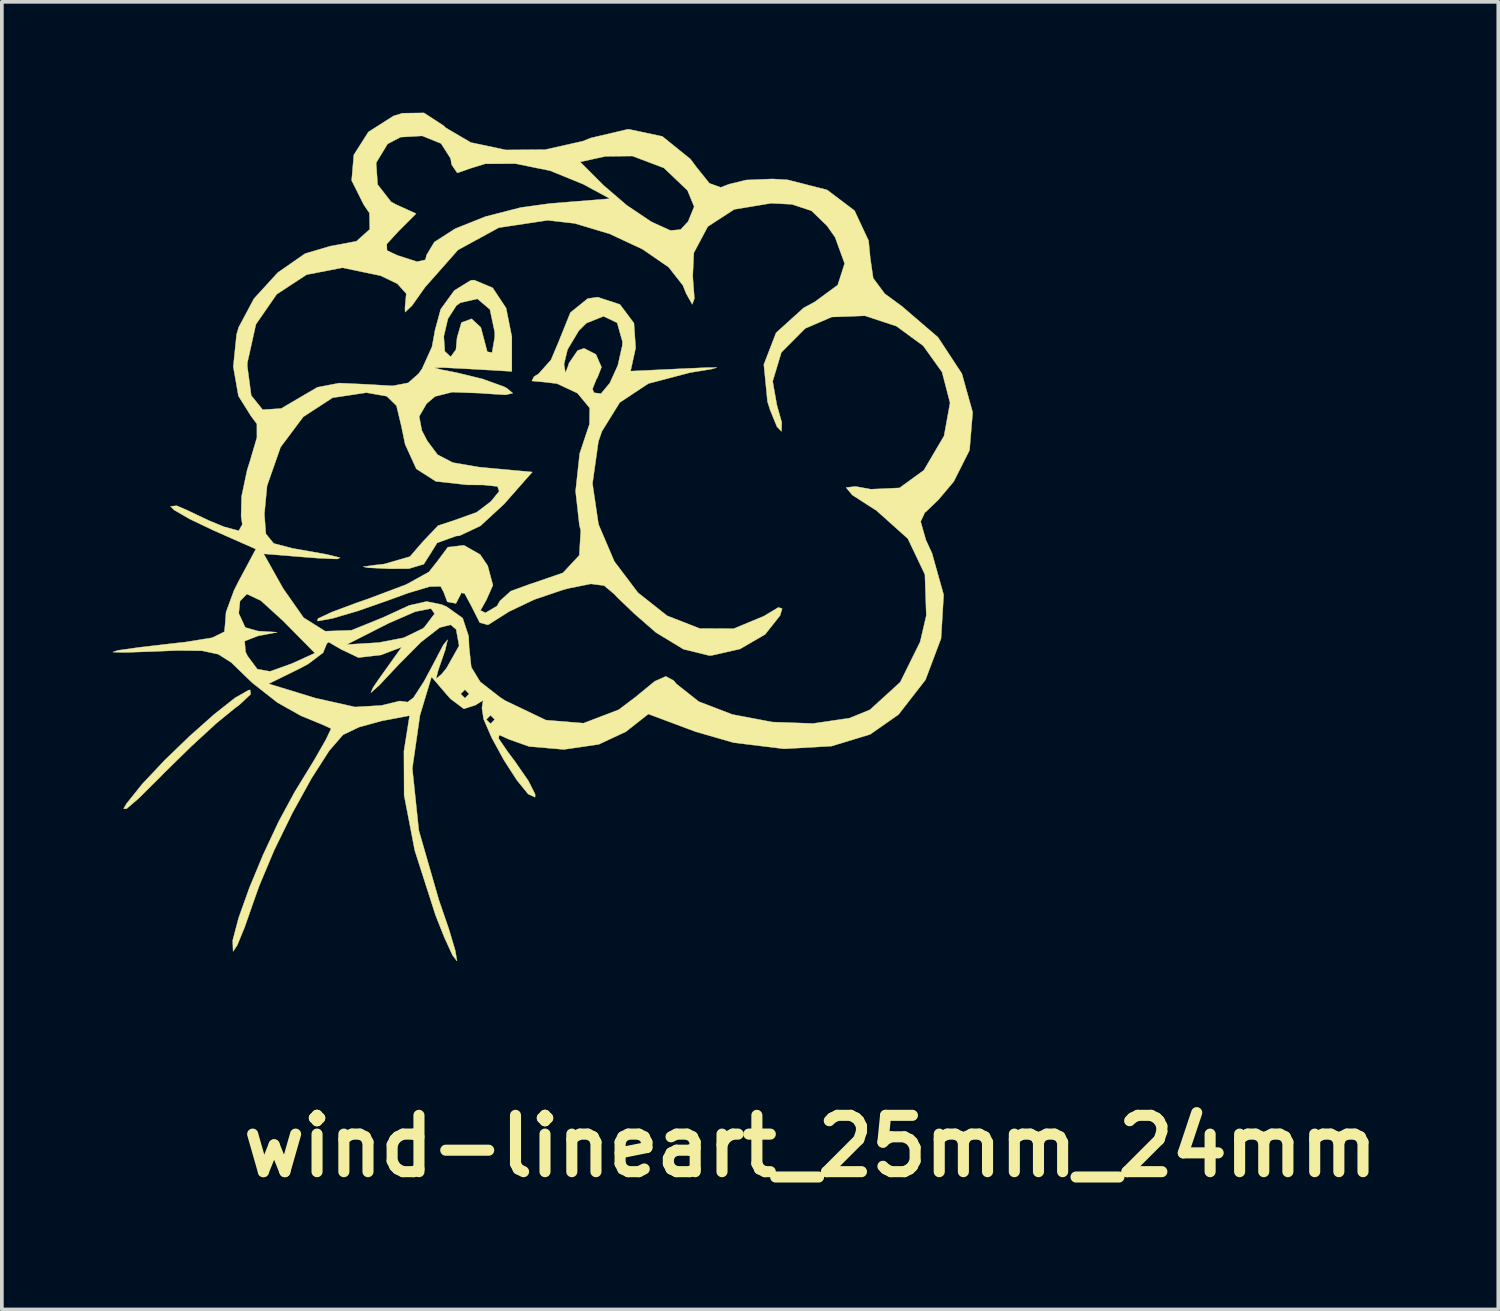
<source format=kicad_pcb>
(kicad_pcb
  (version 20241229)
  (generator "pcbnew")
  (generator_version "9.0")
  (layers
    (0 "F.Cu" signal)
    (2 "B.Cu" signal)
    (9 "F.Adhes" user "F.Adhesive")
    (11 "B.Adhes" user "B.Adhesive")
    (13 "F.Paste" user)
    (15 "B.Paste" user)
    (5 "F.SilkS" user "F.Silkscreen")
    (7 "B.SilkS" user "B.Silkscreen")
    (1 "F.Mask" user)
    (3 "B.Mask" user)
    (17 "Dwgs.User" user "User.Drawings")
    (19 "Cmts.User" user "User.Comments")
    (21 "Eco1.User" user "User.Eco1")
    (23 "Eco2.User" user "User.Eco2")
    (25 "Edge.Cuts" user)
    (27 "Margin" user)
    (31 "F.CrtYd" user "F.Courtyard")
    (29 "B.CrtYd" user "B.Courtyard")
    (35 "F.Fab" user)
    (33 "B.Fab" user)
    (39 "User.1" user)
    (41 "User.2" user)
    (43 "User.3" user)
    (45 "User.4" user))
  (footprint "wind-lineart_25mm_24mm"
    (layer "F.Cu")
    (at 25.232 7.645)
    (property "Reference" "wind-lineart_25mm_24mm" (at -6.35 20.32 0) (layer "F.SilkS") (effects (font (size 1.524 1.524) (thickness 0.3))))
    (attr through_hole)
    (fp_poly (pts (xy -21.5 8.091) (xy -21.8 8.373) (xy -21.936 8.475) (xy -22.428 8.877) (xy -23.104 9.498) (xy -23.837 10.216) (xy -23.99 10.373) (xy -24.531 10.909) (xy -24.861 11.191) (xy -24.937 11.186) (xy -24.858 11.051) (xy -24.438 10.526) (xy -23.841 9.891) (xy -23.16 9.233) (xy -22.49 8.637) (xy -21.924 8.19) (xy -21.556 7.98) (xy -21.514 7.974) (xy -21.5 8.091)) (stroke (width 0.01) (type solid)) (fill yes) (layer "F.SilkS"))
    (fp_poly (pts (xy -11.506 -2.456) (xy -11.128 -1.951) (xy -11.081 -1.281) (xy -11.082 -1.279) (xy -11.219 -0.653) (xy -9.881 -0.716) (xy -9.164 -0.748) (xy -8.887 -0.748) (xy -9.027 -0.708) (xy -9.564 -0.62) (xy -9.603 -0.614) (xy -10.738 -0.316) (xy -11.512 0.197) (xy -11.996 0.978) (xy -12.089 1.249) (xy -12.25 2.39) (xy -12.087 3.493) (xy -11.658 4.497) (xy -11.02 5.342) (xy -10.23 5.967) (xy -9.346 6.312) (xy -8.426 6.316) (xy -7.608 5.975) (xy -7.219 5.741) (xy -7.117 5.774) (xy -7.174 5.961) (xy -7.578 6.471) (xy -8.258 6.866) (xy -9.027 7.041) (xy -9.095 7.043) (xy -9.789 6.872) (xy -10.524 6.426) (xy -10.546 6.408) (xy -11.117 5.911) (xy -11.58 5.467) (xy -11.661 5.38) (xy -11.935 5.151) (xy -12.293 5.104) (xy -12.897 5.225) (xy -13.046 5.265) (xy -13.823 5.528) (xy -14.504 5.852) (xy -14.663 5.952) (xy -15.077 6.214) (xy -15.301 6.153) (xy -15.518 5.722) (xy -15.518 5.721) (xy -15.71 5.363) (xy -15.805 5.347) (xy -15.807 5.369) (xy -15.945 5.633) (xy -16.178 5.59) (xy -16.279 5.321) (xy -16.36 5.171) (xy -16.654 5.178) (xy -17.242 5.354) (xy -17.785 5.552) (xy -18.602 5.838) (xy -19.287 6.039) (xy -19.69 6.112) (xy -19.678 6.043) (xy -19.3 5.867) (xy -18.631 5.617) (xy -18.32 5.51) (xy -17.29 5.122) (xy -16.675 4.781) (xy -16.437 4.479) (xy -16.164 4.111) (xy -15.729 4.06) (xy -15.29 4.31) (xy -15.086 4.611) (xy -14.944 5.14) (xy -15.119 5.535) (xy -15.281 5.823) (xy -15.146 5.888) (xy -14.834 5.704) (xy -14.756 5.568) (xy -14.462 5.301) (xy -13.924 5.105) (xy -13.913 5.103) (xy -13.05 4.806) (xy -12.607 4.332) (xy -12.567 3.663) (xy -12.605 3.506) (xy -12.707 2.597) (xy -12.596 1.575) (xy -12.331 0.78) (xy -12.325 0.345) (xy -12.658 -0.057) (xy -13.21 -0.314) (xy -13.526 -0.353) (xy -13.89 -0.386) (xy -13.833 -0.503) (xy -13.707 -0.581) (xy -13.477 -0.84) (xy -13.02 -0.84) (xy -12.982 -0.603) (xy -12.903 -0.807) (xy -12.887 -0.866) (xy -12.653 -1.209) (xy -12.477 -1.27) (xy -12.156 -1.105) (xy -12.006 -0.761) (xy -12.121 -0.464) (xy -12.137 -0.453) (xy -12.249 -0.17) (xy -12.209 -0.068) (xy -12.02 -0.042) (xy -11.781 -0.331) (xy -11.565 -0.805) (xy -11.445 -1.335) (xy -11.438 -1.45) (xy -11.582 -1.96) (xy -11.95 -2.137) (xy -12.416 -1.95) (xy -12.621 -1.745) (xy -12.925 -1.236) (xy -13.02 -0.84) (xy -13.477 -0.84) (xy -13.371 -0.96) (xy -13.169 -1.439) (xy -12.848 -2.237) (xy -12.38 -2.615) (xy -12.111 -2.655) (xy -11.506 -2.456)) (stroke (width 0.01) (type solid)) (fill yes) (layer "F.SilkS"))
    (fp_poly (pts (xy -16.283 -7.297) (xy -16.222 -7.238) (xy -15.542 -6.839) (xy -14.593 -6.638) (xy -13.532 -6.646) (xy -12.512 -6.875) (xy -12.298 -6.961) (xy -11.279 -7.2) (xy -10.359 -7.004) (xy -9.597 -6.389) (xy -9.454 -6.195) (xy -9.085 -5.734) (xy -8.78 -5.625) (xy -8.557 -5.71) (xy -8.092 -5.824) (xy -7.378 -5.853) (xy -6.971 -5.829) (xy -5.902 -5.557) (xy -5.159 -4.996) (xy -4.778 -4.18) (xy -4.734 -3.72) (xy -4.654 -3.169) (xy -4.341 -2.747) (xy -3.875 -2.406) (xy -2.901 -1.569) (xy -2.255 -0.586) (xy -1.962 0.461) (xy -2.047 1.488) (xy -2.474 2.336) (xy -2.889 2.828) (xy -3.226 3.152) (xy -3.255 3.171) (xy -3.37 3.418) (xy -3.229 3.915) (xy -3.064 4.271) (xy -2.747 5.4) (xy -2.818 6.582) (xy -3.239 7.701) (xy -3.968 8.64) (xy -4.738 9.178) (xy -5.782 9.495) (xy -7.065 9.568) (xy -8.434 9.4) (xy -9.459 9.104) (xy -10.738 8.626) (xy -11.346 9.104) (xy -12.08 9.447) (xy -13.024 9.585) (xy -13.965 9.504) (xy -14.504 9.313) (xy -14.774 9.192) (xy -14.79 9.288) (xy -14.536 9.659) (xy -14.35 9.906) (xy -13.985 10.433) (xy -13.802 10.797) (xy -13.803 10.878) (xy -13.99 10.792) (xy -14.298 10.413) (xy -14.651 9.864) (xy -14.975 9.272) (xy -15.191 8.775) (xy -15.125 8.775) (xy -15.009 8.89) (xy -14.894 8.775) (xy -15.009 8.659) (xy -15.125 8.775) (xy -15.191 8.775) (xy -15.196 8.762) (xy -15.241 8.462) (xy -15.21 8.256) (xy -15.421 8.387) (xy -15.73 8.486) (xy -16.092 8.215) (xy -16.167 8.131) (xy -16.209 8.082) (xy -15.817 8.082) (xy -15.702 8.197) (xy -15.586 8.082) (xy -15.702 7.966) (xy -15.817 8.082) (xy -16.209 8.082) (xy -16.605 7.62) (xy -16.918 8.659) (xy -17.125 10.098) (xy -16.949 11.776) (xy -16.404 13.666) (xy -16.138 14.438) (xy -15.965 15.02) (xy -15.917 15.298) (xy -15.921 15.305) (xy -16.037 15.153) (xy -16.257 14.674) (xy -16.498 14.066) (xy -17.059 12.318) (xy -17.347 10.823) (xy -17.352 9.63) (xy -17.341 9.56) (xy -17.199 8.67) (xy -17.951 8.812) (xy -18.567 8.981) (xy -19 9.188) (xy -19.003 9.191) (xy -19.376 9.622) (xy -19.852 10.365) (xy -20.369 11.301) (xy -20.864 12.313) (xy -21.271 13.282) (xy -21.406 13.662) (xy -21.659 14.387) (xy -21.863 14.885) (xy -21.974 15.049) (xy -21.975 15.048) (xy -21.985 14.75) (xy -21.826 14.146) (xy -21.538 13.339) (xy -21.162 12.433) (xy -20.739 11.531) (xy -20.31 10.739) (xy -20.218 10.588) (xy -19.776 9.866) (xy -19.461 9.315) (xy -19.328 9.034) (xy -19.329 9.017) (xy -19.567 8.908) (xy -20.061 8.705) (xy -20.138 8.674) (xy -20.775 8.316) (xy -21.422 7.808) (xy -21.013 7.808) (xy -19.743 8.196) (xy -18.673 8.436) (xy -17.948 8.393) (xy -17.921 8.384) (xy -17.464 8.274) (xy -17.251 8.303) (xy -17.093 8.183) (xy -16.813 7.751) (xy -16.586 7.328) (xy -16.287 6.759) (xy -16.17 6.615) (xy -16.235 6.894) (xy -16.426 7.447) (xy -16.482 7.676) (xy -16.329 7.543) (xy -16.202 7.389) (xy -15.859 6.778) (xy -15.939 6.336) (xy -16.086 6.211) (xy -16.381 6.285) (xy -16.889 6.679) (xy -17.5 7.294) (xy -18.019 7.847) (xy -18.246 8.05) (xy -18.186 7.909) (xy -18.029 7.679) (xy -17.413 6.815) (xy -17.972 7.028) (xy -18.583 7.099) (xy -19.06 6.871) (xy -19.275 6.746) (xy -18.9 6.746) (xy -18.031 6.693) (xy -17.355 6.562) (xy -16.838 6.311) (xy -16.793 6.27) (xy -16.522 5.911) (xy -16.62 5.772) (xy -17.046 5.856) (xy -17.76 6.167) (xy -17.798 6.186) (xy -18.9 6.746) (xy -19.275 6.746) (xy -19.388 6.679) (xy -19.447 6.729) (xy -19.445 6.734) (xy -19.539 6.967) (xy -19.948 7.275) (xy -20.157 7.387) (xy -21.013 7.808) (xy -21.422 7.808) (xy -21.452 7.784) (xy -21.626 7.617) (xy -22.026 7.23) (xy -22.376 7.008) (xy -22.815 6.914) (xy -23.484 6.907) (xy -24.117 6.933) (xy -24.9 6.96) (xy -25.227 6.951) (xy -25.099 6.905) (xy -24.513 6.822) (xy -23.468 6.701) (xy -23.277 6.681) (xy -22.54 6.562) (xy -22.211 6.399) (xy -22.195 6.246) (xy -22.168 5.902) (xy -21.821 5.902) (xy -21.645 6.284) (xy -21.301 6.381) (xy -20.782 6.413) (xy -21.301 6.513) (xy -21.662 6.653) (xy -21.637 6.947) (xy -21.581 7.059) (xy -21.319 7.411) (xy -20.974 7.473) (xy -20.397 7.266) (xy -20.34 7.241) (xy -19.761 6.977) (xy -20.618 6.109) (xy -21.224 5.557) (xy -21.603 5.379) (xy -21.788 5.571) (xy -21.821 5.902) (xy -22.168 5.902) (xy -22.165 5.868) (xy -21.951 5.284) (xy -21.835 5.052) (xy -21.359 4.163) (xy -22.513 3.653) (xy -23.15 3.349) (xy -23.57 3.105) (xy -23.668 3.007) (xy -23.5 2.99) (xy -23.222 3.109) (xy -22.64 3.386) (xy -22.219 3.56) (xy -21.821 3.667) (xy -21.725 3.497) (xy -21.758 3.266) (xy -21.745 2.736) (xy -21.594 2.023) (xy -21.52 1.789) (xy -21.33 1.144) (xy -21.331 0.776) (xy -21.488 0.566) (xy -21.83 0.021) (xy -21.969 -0.773) (xy -21.968 -0.785) (xy -21.59 -0.785) (xy -21.484 0.007) (xy -21.175 0.391) (xy -20.673 0.359) (xy -20.235 0.101) (xy -19.693 -0.216) (xy -19.102 -0.329) (xy -18.378 -0.296) (xy -17.658 -0.254) (xy -17.236 -0.335) (xy -16.956 -0.583) (xy -16.86 -0.719) (xy -16.592 -1.313) (xy -16.54 -1.595) (xy -16.273 -1.595) (xy -16.246 -1.19) (xy -16.088 -1.039) (xy -15.945 -1.234) (xy -15.914 -1.559) (xy -15.795 -1.968) (xy -15.52 -2.068) (xy -15.271 -1.836) (xy -15.222 -1.653) (xy -15.097 -1.178) (xy -14.968 -1.153) (xy -14.896 -1.567) (xy -14.894 -1.701) (xy -15.025 -2.322) (xy -15.363 -2.609) (xy -15.826 -2.503) (xy -15.936 -2.422) (xy -16.162 -2.069) (xy -16.273 -1.595) (xy -16.54 -1.595) (xy -16.51 -1.763) (xy -16.357 -2.327) (xy -15.989 -2.834) (xy -15.546 -3.107) (xy -15.452 -3.117) (xy -14.952 -2.908) (xy -14.587 -2.359) (xy -14.433 -1.588) (xy -14.432 -1.518) (xy -14.432 -0.645) (xy -15.644 -0.715) (xy -16.303 -0.749) (xy -16.526 -0.744) (xy -16.337 -0.691) (xy -15.933 -0.613) (xy -15.223 -0.44) (xy -14.651 -0.234) (xy -14.573 -0.194) (xy -14.407 -0.056) (xy -14.596 -0.011) (xy -15.188 -0.047) (xy -15.275 -0.056) (xy -16.045 -0.084) (xy -16.51 0.033) (xy -16.739 0.228) (xy -16.939 0.574) (xy -16.868 0.951) (xy -16.722 1.234) (xy -16.44 1.61) (xy -16.028 1.823) (xy -15.339 1.942) (xy -15.129 1.963) (xy -13.879 2.078) (xy -14.641 2.944) (xy -15.283 3.536) (xy -15.849 3.802) (xy -15.941 3.81) (xy -16.453 3.995) (xy -16.625 4.272) (xy -16.815 4.572) (xy -17.216 4.692) (xy -17.738 4.695) (xy -18.317 4.668) (xy -18.453 4.641) (xy -18.167 4.599) (xy -17.888 4.568) (xy -17.189 4.366) (xy -16.849 3.972) (xy -16.429 3.529) (xy -16.014 3.393) (xy -15.384 3.168) (xy -14.997 2.873) (xy -14.775 2.599) (xy -14.818 2.468) (xy -15.2 2.428) (xy -15.638 2.425) (xy -16.487 2.331) (xy -17.016 1.993) (xy -17.32 1.327) (xy -17.417 0.854) (xy -17.553 0.284) (xy -17.816 0.027) (xy -18.358 -0.068) (xy -18.372 -0.069) (xy -19.283 0.068) (xy -20.077 0.585) (xy -20.69 1.405) (xy -21.055 2.448) (xy -21.128 3.215) (xy -21.088 3.749) (xy -20.876 4.01) (xy -20.358 4.145) (xy -20.262 4.161) (xy -19.449 4.305) (xy -19.079 4.396) (xy -19.155 4.431) (xy -19.683 4.408) (xy -19.925 4.39) (xy -21.147 4.291) (xy -20.618 5.233) (xy -20.068 6.018) (xy -19.483 6.385) (xy -18.768 6.359) (xy -17.911 6.011) (xy -17.211 5.688) (xy -16.74 5.581) (xy -16.334 5.663) (xy -16.192 5.724) (xy -15.762 6.031) (xy -15.601 6.519) (xy -15.588 6.818) (xy -15.53 7.357) (xy -15.288 7.755) (xy -14.756 8.17) (xy -14.617 8.261) (xy -13.51 8.791) (xy -12.493 8.874) (xy -11.538 8.509) (xy -11.083 8.165) (xy -10.569 7.743) (xy -10.265 7.607) (xy -10.053 7.72) (xy -9.978 7.812) (xy -9.374 8.289) (xy -8.462 8.639) (xy -7.384 8.843) (xy -6.281 8.882) (xy -5.295 8.737) (xy -4.743 8.512) (xy -3.923 7.765) (xy -3.383 6.673) (xy -3.217 5.96) (xy -3.255 4.85) (xy -3.716 3.881) (xy -4.57 3.116) (xy -4.633 3.078) (xy -5.221 2.699) (xy -5.387 2.498) (xy -5.133 2.468) (xy -4.718 2.543) (xy -3.941 2.507) (xy -3.283 2.029) (xy -2.74 1.106) (xy -2.736 1.097) (xy -2.574 0.207) (xy -2.79 -0.626) (xy -3.302 -1.34) (xy -4.025 -1.869) (xy -4.878 -2.15) (xy -5.775 -2.117) (xy -6.495 -1.807) (xy -7.138 -1.161) (xy -7.374 -0.377) (xy -7.261 0.263) (xy -7.127 0.738) (xy -7.136 0.978) (xy -7.259 0.85) (xy -7.442 0.401) (xy -7.514 0.175) (xy -7.613 -0.832) (xy -7.282 -1.69) (xy -6.536 -2.364) (xy -6.245 -2.52) (xy -5.614 -2.982) (xy -5.427 -3.564) (xy -5.684 -4.273) (xy -5.905 -4.587) (xy -6.323 -4.991) (xy -6.852 -5.166) (xy -7.416 -5.195) (xy -8.414 -5.029) (xy -9.129 -4.565) (xy -9.507 -3.855) (xy -9.537 -3.22) (xy -9.492 -2.616) (xy -9.55 -2.46) (xy -9.714 -2.751) (xy -9.803 -2.973) (xy -10.188 -3.464) (xy -10.895 -3.951) (xy -11.788 -4.368) (xy -12.73 -4.65) (xy -13.461 -4.734) (xy -14.786 -4.534) (xy -15.89 -3.931) (xy -16.787 -2.915) (xy -16.795 -2.903) (xy -17.133 -2.424) (xy -17.32 -2.249) (xy -17.324 -2.371) (xy -17.289 -2.749) (xy -17.529 -3.017) (xy -17.98 -3.234) (xy -19.017 -3.45) (xy -19.985 -3.263) (xy -20.794 -2.733) (xy -21.357 -1.919) (xy -21.588 -0.881) (xy -21.59 -0.785) (xy -21.968 -0.785) (xy -21.881 -1.641) (xy -21.825 -1.835) (xy -21.41 -2.614) (xy -20.766 -3.319) (xy -20.026 -3.833) (xy -19.324 -4.041) (xy -19.301 -4.041) (xy -18.637 -4.167) (xy -18.277 -4.491) (xy -18.285 -4.93) (xy -18.441 -5.16) (xy -18.767 -5.811) (xy -18.726 -6.289) (xy -18.104 -6.289) (xy -18.064 -5.702) (xy -17.701 -5.235) (xy -17.575 -5.165) (xy -17.023 -4.914) (xy -17.5 -4.437) (xy -17.817 -4.091) (xy -17.81 -3.918) (xy -17.532 -3.786) (xy -16.996 -3.614) (xy -16.769 -3.665) (xy -16.741 -3.791) (xy -16.529 -4.145) (xy -15.964 -4.507) (xy -15.15 -4.833) (xy -14.194 -5.079) (xy -13.406 -5.188) (xy -11.776 -5.319) (xy -12.503 -5.712) (xy -13.396 -6.076) (xy -14.336 -6.267) (xy -15.155 -6.262) (xy -15.54 -6.144) (xy -15.908 -6.015) (xy -16.06 -6.238) (xy -16.073 -6.314) (xy -12.584 -6.314) (xy -11.944 -5.674) (xy -11.322 -5.14) (xy -10.671 -4.703) (xy -10.624 -4.678) (xy -10.139 -4.458) (xy -9.865 -4.483) (xy -9.662 -4.701) (xy -9.498 -5.102) (xy -9.678 -5.542) (xy -10.318 -6.151) (xy -11.17 -6.473) (xy -11.9 -6.464) (xy -12.584 -6.314) (xy -16.073 -6.314) (xy -16.09 -6.408) (xy -16.347 -6.812) (xy -16.857 -7.018) (xy -17.443 -6.984) (xy -17.794 -6.8) (xy -18.104 -6.289) (xy -18.726 -6.289) (xy -18.708 -6.504) (xy -18.313 -7.125) (xy -17.633 -7.558) (xy -17.388 -7.632) (xy -16.809 -7.64) (xy -16.283 -7.297)) (stroke (width 0.01) (type solid)) (fill yes) (layer "F.SilkS")))
  (gr_rect
    (start -3 -3)
    (end 37.493 32.383)
    (stroke (width 0.1) (type default))
    (fill no)
    (layer "Edge.Cuts")))
</source>
